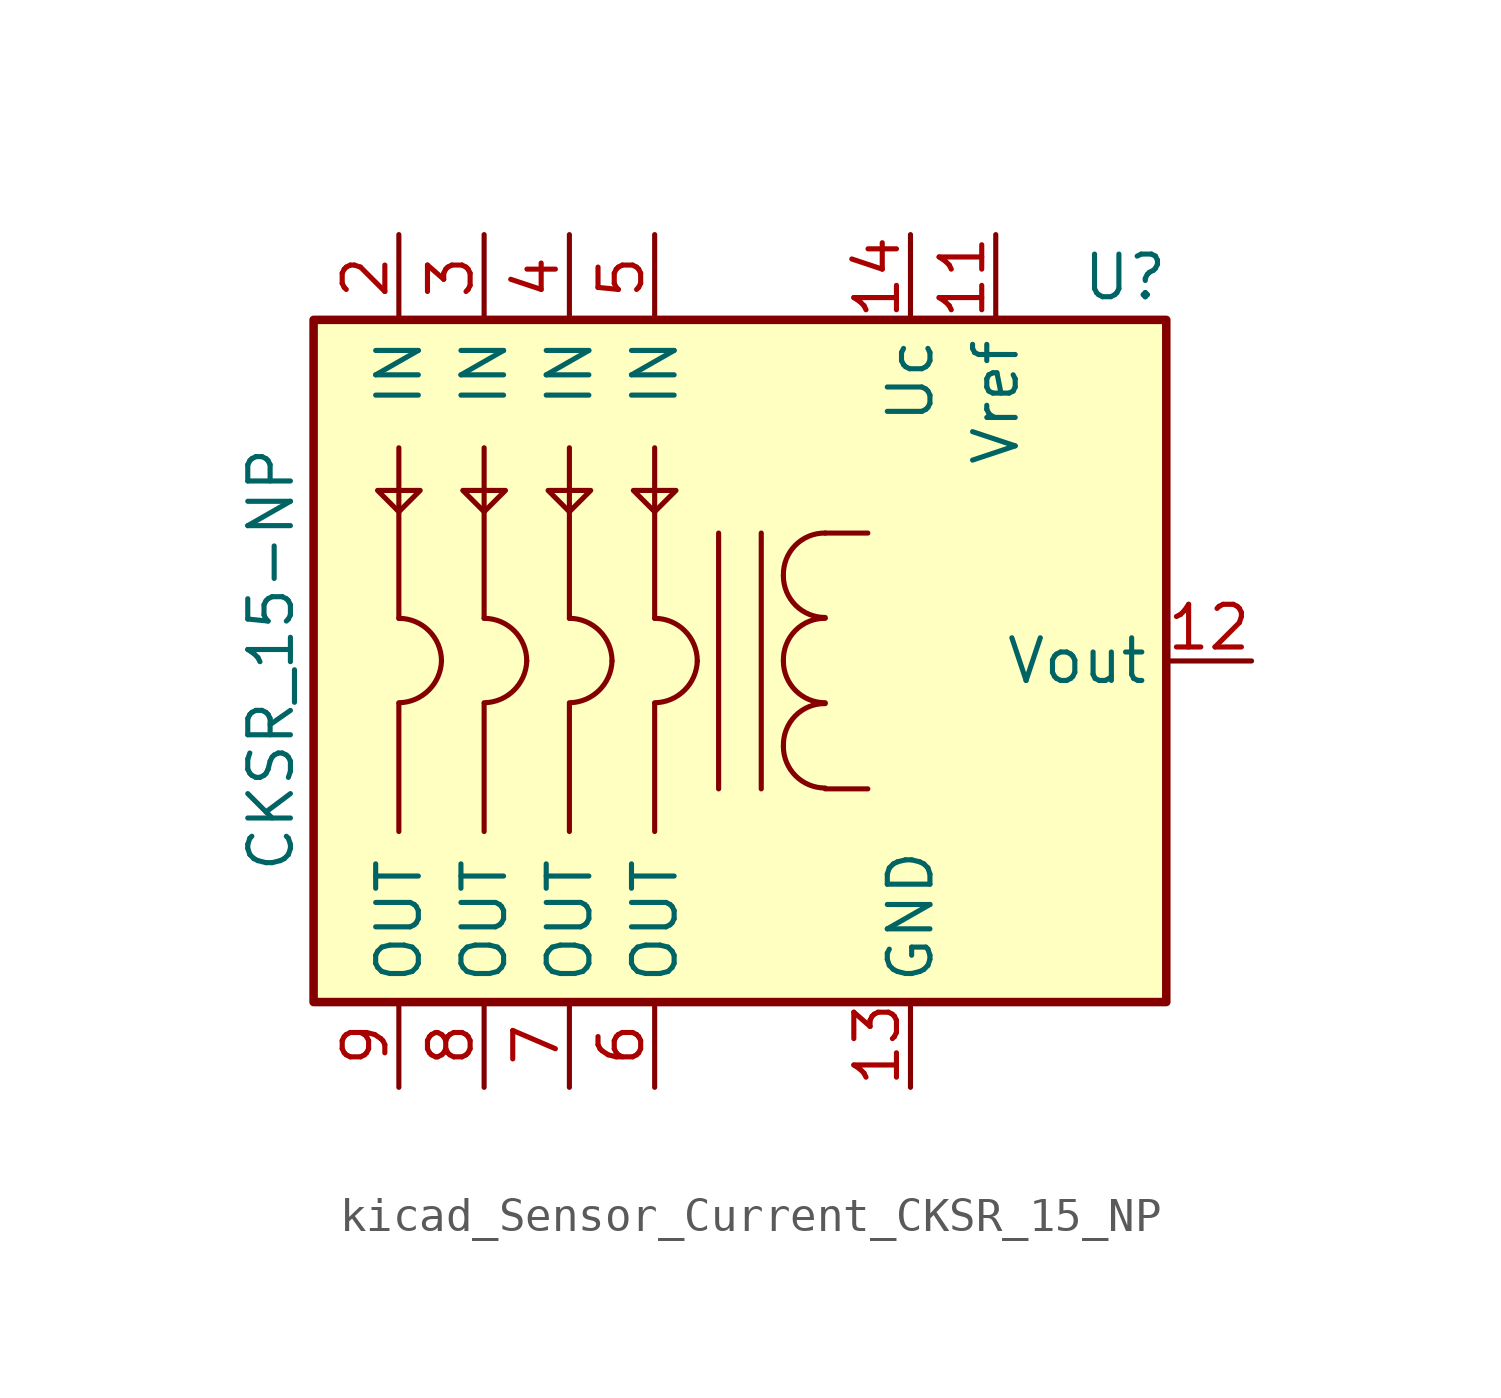
<source format=kicad_sym>
(kicad_symbol_lib
  (version 20220914)
  (generator kicad_symbol_editor)
  (symbol "kicad_Sensor_Current_CKSR_15_NP"
    (property "Reference" "U"
      (at 10.16 11.43 0)
      (effects (font (size 1.27 1.27)) (justify left)))
    (property "Value" "CKSR_15-NP"
      (at -13.97 -6.35 90)
      (effects (font (size 1.27 1.27)) (justify left)))
    (symbol "kicad_Sensor_Current_CKSR_15_NP_0_1"
      (rectangle (start -12.7 10.16) (end 12.7 -10.16) (stroke (width 0.254) (type default)) (fill (type background)))
      (polyline (pts (xy -10.16 -1.27) (xy -10.16 -5.08)) (stroke (width 0) (type default)) (fill (type none)))
      (polyline (pts (xy -10.16 1.27) (xy -10.16 6.35)) (stroke (width 0) (type default)) (fill (type none)))
      (polyline (pts (xy -7.62 -1.27) (xy -7.62 -5.08)) (stroke (width 0) (type default)) (fill (type none)))
      (polyline (pts (xy -7.62 1.27) (xy -7.62 6.35)) (stroke (width 0) (type default)) (fill (type none)))
      (polyline (pts (xy -5.08 -1.27) (xy -5.08 -5.08)) (stroke (width 0) (type default)) (fill (type none)))
      (polyline (pts (xy -5.08 1.27) (xy -5.08 6.35)) (stroke (width 0) (type default)) (fill (type none)))
      (polyline (pts (xy -2.54 -1.27) (xy -2.54 -5.08)) (stroke (width 0) (type default)) (fill (type none)))
      (polyline (pts (xy -2.54 1.27) (xy -2.54 6.35)) (stroke (width 0) (type default)) (fill (type none)))
      (polyline (pts (xy 2.54 -3.81) (xy 3.81 -3.81)) (stroke (width 0) (type default)) (fill (type none)))
      (polyline (pts (xy 2.54 3.81) (xy 3.81 3.81)) (stroke (width 0) (type default)) (fill (type none)))
      (polyline (pts (xy -9.525 5.08) (xy -10.795 5.08) (xy -10.16 4.445) (xy -9.525 5.08)) (stroke (width 0) (type default)) (fill (type none)))
      (polyline (pts (xy -6.985 5.08) (xy -8.255 5.08) (xy -7.62 4.445) (xy -6.985 5.08)) (stroke (width 0) (type default)) (fill (type none)))
      (polyline (pts (xy -4.445 5.08) (xy -5.715 5.08) (xy -5.08 4.445) (xy -4.445 5.08)) (stroke (width 0) (type default)) (fill (type none)))
      (polyline (pts (xy -1.905 5.08) (xy -2.54 4.445) (xy -3.175 5.08) (xy -1.905 5.08)) (stroke (width 0) (type default)) (fill (type none))))
    (symbol "kicad_Sensor_Current_CKSR_15_NP_1_1"
      (arc (start -10.16 -1.2446) (mid -9.2799 -0.8801) (end -8.89 0) (stroke (width 0) (type default)) (fill (type none)))
      (arc (start -8.89 0) (mid -9.262 0.898) (end -10.16 1.27) (stroke (width 0) (type default)) (fill (type none)))
      (arc (start -7.62 -1.2446) (mid -6.7399 -0.8801) (end -6.35 0) (stroke (width 0) (type default)) (fill (type none)))
      (arc (start -6.35 0) (mid -6.722 0.898) (end -7.62 1.27) (stroke (width 0) (type default)) (fill (type none)))
      (arc (start -5.08 -1.2446) (mid -4.1999 -0.8801) (end -3.81 0) (stroke (width 0) (type default)) (fill (type none)))
      (arc (start -3.81 0) (mid -4.182 0.898) (end -5.08 1.27) (stroke (width 0) (type default)) (fill (type none)))
      (arc (start -2.54 -1.2446) (mid -1.6599 -0.8801) (end -1.27 0) (stroke (width 0) (type default)) (fill (type none)))
      (arc (start -1.27 0) (mid -1.642 0.898) (end -2.54 1.27) (stroke (width 0) (type default)) (fill (type none)))
      (polyline (pts (xy -0.635 3.81) (xy -0.635 -3.81)) (stroke (width 0) (type default)) (fill (type none)))
      (polyline (pts (xy 0.635 -3.81) (xy 0.635 3.81)) (stroke (width 0) (type default)) (fill (type none)))
      (arc (start 1.2954 -2.54) (mid 1.6599 -3.4201) (end 2.54 -3.7846) (stroke (width 0) (type default)) (fill (type none)))
      (arc (start 1.2954 0) (mid 1.6599 -0.8801) (end 2.54 -1.2446) (stroke (width 0) (type default)) (fill (type none)))
      (arc (start 1.2954 2.54) (mid 1.6599 1.6599) (end 2.54 1.2954) (stroke (width 0) (type default)) (fill (type none)))
      (arc (start 2.54 -1.27) (mid 1.642 -1.642) (end 1.2954 -2.54) (stroke (width 0) (type default)) (fill (type none)))
      (arc (start 2.54 1.27) (mid 1.642 0.898) (end 1.2954 0) (stroke (width 0) (type default)) (fill (type none)))
      (arc (start 2.54 3.81) (mid 1.642 3.438) (end 1.2954 2.54) (stroke (width 0) (type default)) (fill (type none)))
      (pin bidirectional line (at 7.62 12.7 270) (length 2.54) (name "Vref" (effects (font (size 1.27 1.27)))) (number "11" (effects (font (size 1.27 1.27)))))
      (pin output line (at 15.24 0 180) (length 2.54) (name "Vout" (effects (font (size 1.27 1.27)))) (number "12" (effects (font (size 1.27 1.27)))))
      (pin power_in line (at 5.08 -12.7 90) (length 2.54) (name "GND" (effects (font (size 1.27 1.27)))) (number "13" (effects (font (size 1.27 1.27)))))
      (pin power_in line (at 5.08 12.7 270) (length 2.54) (name "Uc" (effects (font (size 1.27 1.27)))) (number "14" (effects (font (size 1.27 1.27)))))
      (pin passive line (at -10.16 12.7 270) (length 2.54) (name "IN" (effects (font (size 1.27 1.27)))) (number "2" (effects (font (size 1.27 1.27)))))
      (pin passive line (at -7.62 12.7 270) (length 2.54) (name "IN" (effects (font (size 1.27 1.27)))) (number "3" (effects (font (size 1.27 1.27)))))
      (pin passive line (at -5.08 12.7 270) (length 2.54) (name "IN" (effects (font (size 1.27 1.27)))) (number "4" (effects (font (size 1.27 1.27)))))
      (pin passive line (at -2.54 12.7 270) (length 2.54) (name "IN" (effects (font (size 1.27 1.27)))) (number "5" (effects (font (size 1.27 1.27)))))
      (pin passive line (at -2.54 -12.7 90) (length 2.54) (name "OUT" (effects (font (size 1.27 1.27)))) (number "6" (effects (font (size 1.27 1.27)))))
      (pin passive line (at -5.08 -12.7 90) (length 2.54) (name "OUT" (effects (font (size 1.27 1.27)))) (number "7" (effects (font (size 1.27 1.27)))))
      (pin passive line (at -7.62 -12.7 90) (length 2.54) (name "OUT" (effects (font (size 1.27 1.27)))) (number "8" (effects (font (size 1.27 1.27)))))
      (pin passive line (at -10.16 -12.7 90) (length 2.54) (name "OUT" (effects (font (size 1.27 1.27)))) (number "9" (effects (font (size 1.27 1.27))))))))
</source>
